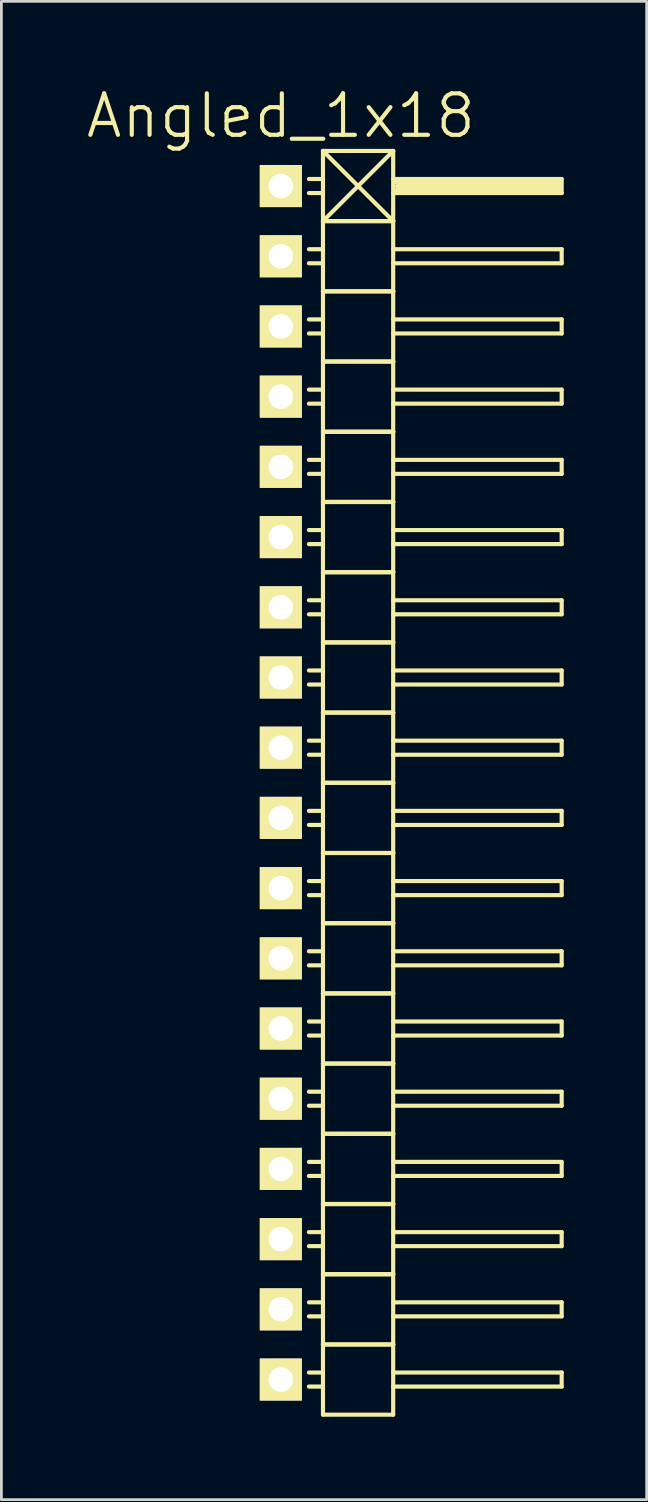
<source format=kicad_pcb>
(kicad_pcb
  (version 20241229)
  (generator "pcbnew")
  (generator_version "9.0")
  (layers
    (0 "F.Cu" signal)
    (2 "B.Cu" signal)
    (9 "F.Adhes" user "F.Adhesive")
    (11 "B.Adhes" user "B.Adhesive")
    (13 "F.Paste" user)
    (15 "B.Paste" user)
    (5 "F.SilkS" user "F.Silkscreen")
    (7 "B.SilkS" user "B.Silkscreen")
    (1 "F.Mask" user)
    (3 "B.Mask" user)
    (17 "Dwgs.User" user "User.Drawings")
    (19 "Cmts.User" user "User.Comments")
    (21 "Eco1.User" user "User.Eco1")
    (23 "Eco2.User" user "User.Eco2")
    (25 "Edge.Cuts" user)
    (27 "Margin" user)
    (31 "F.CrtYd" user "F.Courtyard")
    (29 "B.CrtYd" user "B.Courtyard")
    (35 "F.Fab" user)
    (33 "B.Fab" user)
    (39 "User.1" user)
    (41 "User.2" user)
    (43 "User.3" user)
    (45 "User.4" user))
  (footprint "Angled_1x18"
    (layer "F.Cu")
    (at 7.111 25.271)
    (property "Reference" "Angled_1x18" (at 0 -24.13 0) (layer "F.SilkS") (effects (font (size 1.5 1.5) (thickness 0.15))))
    (attr through_hole)
    (fp_line (start 1.524 -22.86) (end 1.524 -20.32) (stroke (width 0.15) (type solid)) (layer "F.SilkS"))
    (fp_line (start 1.524 -22.86) (end 4.064 -22.86) (stroke (width 0.15) (type solid)) (layer "F.SilkS"))
    (fp_line (start 1.524 -21.844) (end 1.016 -21.844) (stroke (width 0.15) (type solid)) (layer "F.SilkS"))
    (fp_line (start 1.524 -21.336) (end 1.016 -21.336) (stroke (width 0.15) (type solid)) (layer "F.SilkS"))
    (fp_line (start 1.524 -20.32) (end 1.524 -17.78) (stroke (width 0.15) (type solid)) (layer "F.SilkS"))
    (fp_line (start 1.524 -20.32) (end 4.064 -20.32) (stroke (width 0.15) (type solid)) (layer "F.SilkS"))
    (fp_line (start 1.524 -20.32) (end 4.064 -20.32) (stroke (width 0.15) (type solid)) (layer "F.SilkS"))
    (fp_line (start 1.524 -19.304) (end 1.016 -19.304) (stroke (width 0.15) (type solid)) (layer "F.SilkS"))
    (fp_line (start 1.524 -18.796) (end 1.016 -18.796) (stroke (width 0.15) (type solid)) (layer "F.SilkS"))
    (fp_line (start 1.524 -17.78) (end 1.524 -15.24) (stroke (width 0.15) (type solid)) (layer "F.SilkS"))
    (fp_line (start 1.524 -17.78) (end 4.064 -17.78) (stroke (width 0.15) (type solid)) (layer "F.SilkS"))
    (fp_line (start 1.524 -17.78) (end 4.064 -17.78) (stroke (width 0.15) (type solid)) (layer "F.SilkS"))
    (fp_line (start 1.524 -16.764) (end 1.016 -16.764) (stroke (width 0.15) (type solid)) (layer "F.SilkS"))
    (fp_line (start 1.524 -16.256) (end 1.016 -16.256) (stroke (width 0.15) (type solid)) (layer "F.SilkS"))
    (fp_line (start 1.524 -15.24) (end 1.524 -12.7) (stroke (width 0.15) (type solid)) (layer "F.SilkS"))
    (fp_line (start 1.524 -15.24) (end 4.064 -15.24) (stroke (width 0.15) (type solid)) (layer "F.SilkS"))
    (fp_line (start 1.524 -15.24) (end 4.064 -15.24) (stroke (width 0.15) (type solid)) (layer "F.SilkS"))
    (fp_line (start 1.524 -14.224) (end 1.016 -14.224) (stroke (width 0.15) (type solid)) (layer "F.SilkS"))
    (fp_line (start 1.524 -13.716) (end 1.016 -13.716) (stroke (width 0.15) (type solid)) (layer "F.SilkS"))
    (fp_line (start 1.524 -12.7) (end 1.524 -10.16) (stroke (width 0.15) (type solid)) (layer "F.SilkS"))
    (fp_line (start 1.524 -12.7) (end 4.064 -12.7) (stroke (width 0.15) (type solid)) (layer "F.SilkS"))
    (fp_line (start 1.524 -12.7) (end 4.064 -12.7) (stroke (width 0.15) (type solid)) (layer "F.SilkS"))
    (fp_line (start 1.524 -11.684) (end 1.016 -11.684) (stroke (width 0.15) (type solid)) (layer "F.SilkS"))
    (fp_line (start 1.524 -11.176) (end 1.016 -11.176) (stroke (width 0.15) (type solid)) (layer "F.SilkS"))
    (fp_line (start 1.524 -10.16) (end 1.524 -7.62) (stroke (width 0.15) (type solid)) (layer "F.SilkS"))
    (fp_line (start 1.524 -10.16) (end 4.064 -10.16) (stroke (width 0.15) (type solid)) (layer "F.SilkS"))
    (fp_line (start 1.524 -10.16) (end 4.064 -10.16) (stroke (width 0.15) (type solid)) (layer "F.SilkS"))
    (fp_line (start 1.524 -9.144) (end 1.016 -9.144) (stroke (width 0.15) (type solid)) (layer "F.SilkS"))
    (fp_line (start 1.524 -8.636) (end 1.016 -8.636) (stroke (width 0.15) (type solid)) (layer "F.SilkS"))
    (fp_line (start 1.524 -7.62) (end 1.524 -5.08) (stroke (width 0.15) (type solid)) (layer "F.SilkS"))
    (fp_line (start 1.524 -7.62) (end 4.064 -7.62) (stroke (width 0.15) (type solid)) (layer "F.SilkS"))
    (fp_line (start 1.524 -7.62) (end 4.064 -7.62) (stroke (width 0.15) (type solid)) (layer "F.SilkS"))
    (fp_line (start 1.524 -6.604) (end 1.016 -6.604) (stroke (width 0.15) (type solid)) (layer "F.SilkS"))
    (fp_line (start 1.524 -6.096) (end 1.016 -6.096) (stroke (width 0.15) (type solid)) (layer "F.SilkS"))
    (fp_line (start 1.524 -5.08) (end 1.524 -2.54) (stroke (width 0.15) (type solid)) (layer "F.SilkS"))
    (fp_line (start 1.524 -5.08) (end 4.064 -5.08) (stroke (width 0.15) (type solid)) (layer "F.SilkS"))
    (fp_line (start 1.524 -5.08) (end 4.064 -5.08) (stroke (width 0.15) (type solid)) (layer "F.SilkS"))
    (fp_line (start 1.524 -4.064) (end 1.016 -4.064) (stroke (width 0.15) (type solid)) (layer "F.SilkS"))
    (fp_line (start 1.524 -3.556) (end 1.016 -3.556) (stroke (width 0.15) (type solid)) (layer "F.SilkS"))
    (fp_line (start 1.524 -2.54) (end 1.524 0) (stroke (width 0.15) (type solid)) (layer "F.SilkS"))
    (fp_line (start 1.524 -2.54) (end 4.064 -2.54) (stroke (width 0.15) (type solid)) (layer "F.SilkS"))
    (fp_line (start 1.524 -2.54) (end 4.064 -2.54) (stroke (width 0.15) (type solid)) (layer "F.SilkS"))
    (fp_line (start 1.524 -1.524) (end 1.016 -1.524) (stroke (width 0.15) (type solid)) (layer "F.SilkS"))
    (fp_line (start 1.524 -1.016) (end 1.016 -1.016) (stroke (width 0.15) (type solid)) (layer "F.SilkS"))
    (fp_line (start 1.524 0) (end 1.524 2.54) (stroke (width 0.15) (type solid)) (layer "F.SilkS"))
    (fp_line (start 1.524 0) (end 4.064 0) (stroke (width 0.15) (type solid)) (layer "F.SilkS"))
    (fp_line (start 1.524 0) (end 4.064 0) (stroke (width 0.15) (type solid)) (layer "F.SilkS"))
    (fp_line (start 1.524 1.016) (end 1.016 1.016) (stroke (width 0.15) (type solid)) (layer "F.SilkS"))
    (fp_line (start 1.524 1.524) (end 1.016 1.524) (stroke (width 0.15) (type solid)) (layer "F.SilkS"))
    (fp_line (start 1.524 2.54) (end 1.524 5.08) (stroke (width 0.15) (type solid)) (layer "F.SilkS"))
    (fp_line (start 1.524 2.54) (end 4.064 2.54) (stroke (width 0.15) (type solid)) (layer "F.SilkS"))
    (fp_line (start 1.524 2.54) (end 4.064 2.54) (stroke (width 0.15) (type solid)) (layer "F.SilkS"))
    (fp_line (start 1.524 3.556) (end 1.016 3.556) (stroke (width 0.15) (type solid)) (layer "F.SilkS"))
    (fp_line (start 1.524 4.064) (end 1.016 4.064) (stroke (width 0.15) (type solid)) (layer "F.SilkS"))
    (fp_line (start 1.524 5.08) (end 1.524 7.62) (stroke (width 0.15) (type solid)) (layer "F.SilkS"))
    (fp_line (start 1.524 5.08) (end 4.064 5.08) (stroke (width 0.15) (type solid)) (layer "F.SilkS"))
    (fp_line (start 1.524 5.08) (end 4.064 5.08) (stroke (width 0.15) (type solid)) (layer "F.SilkS"))
    (fp_line (start 1.524 6.096) (end 1.016 6.096) (stroke (width 0.15) (type solid)) (layer "F.SilkS"))
    (fp_line (start 1.524 6.604) (end 1.016 6.604) (stroke (width 0.15) (type solid)) (layer "F.SilkS"))
    (fp_line (start 1.524 7.62) (end 1.524 10.16) (stroke (width 0.15) (type solid)) (layer "F.SilkS"))
    (fp_line (start 1.524 7.62) (end 4.064 7.62) (stroke (width 0.15) (type solid)) (layer "F.SilkS"))
    (fp_line (start 1.524 7.62) (end 4.064 7.62) (stroke (width 0.15) (type solid)) (layer "F.SilkS"))
    (fp_line (start 1.524 8.636) (end 1.016 8.636) (stroke (width 0.15) (type solid)) (layer "F.SilkS"))
    (fp_line (start 1.524 9.144) (end 1.016 9.144) (stroke (width 0.15) (type solid)) (layer "F.SilkS"))
    (fp_line (start 1.524 10.16) (end 1.524 12.7) (stroke (width 0.15) (type solid)) (layer "F.SilkS"))
    (fp_line (start 1.524 10.16) (end 4.064 10.16) (stroke (width 0.15) (type solid)) (layer "F.SilkS"))
    (fp_line (start 1.524 10.16) (end 4.064 10.16) (stroke (width 0.15) (type solid)) (layer "F.SilkS"))
    (fp_line (start 1.524 11.176) (end 1.016 11.176) (stroke (width 0.15) (type solid)) (layer "F.SilkS"))
    (fp_line (start 1.524 11.684) (end 1.016 11.684) (stroke (width 0.15) (type solid)) (layer "F.SilkS"))
    (fp_line (start 1.524 12.7) (end 1.524 15.24) (stroke (width 0.15) (type solid)) (layer "F.SilkS"))
    (fp_line (start 1.524 12.7) (end 4.064 12.7) (stroke (width 0.15) (type solid)) (layer "F.SilkS"))
    (fp_line (start 1.524 12.7) (end 4.064 12.7) (stroke (width 0.15) (type solid)) (layer "F.SilkS"))
    (fp_line (start 1.524 13.716) (end 1.016 13.716) (stroke (width 0.15) (type solid)) (layer "F.SilkS"))
    (fp_line (start 1.524 14.224) (end 1.016 14.224) (stroke (width 0.15) (type solid)) (layer "F.SilkS"))
    (fp_line (start 1.524 15.24) (end 1.524 17.78) (stroke (width 0.15) (type solid)) (layer "F.SilkS"))
    (fp_line (start 1.524 15.24) (end 4.064 15.24) (stroke (width 0.15) (type solid)) (layer "F.SilkS"))
    (fp_line (start 1.524 15.24) (end 4.064 15.24) (stroke (width 0.15) (type solid)) (layer "F.SilkS"))
    (fp_line (start 1.524 16.256) (end 1.016 16.256) (stroke (width 0.15) (type solid)) (layer "F.SilkS"))
    (fp_line (start 1.524 16.764) (end 1.016 16.764) (stroke (width 0.15) (type solid)) (layer "F.SilkS"))
    (fp_line (start 1.524 17.78) (end 1.524 20.32) (stroke (width 0.15) (type solid)) (layer "F.SilkS"))
    (fp_line (start 1.524 17.78) (end 4.064 17.78) (stroke (width 0.15) (type solid)) (layer "F.SilkS"))
    (fp_line (start 1.524 17.78) (end 4.064 17.78) (stroke (width 0.15) (type solid)) (layer "F.SilkS"))
    (fp_line (start 1.524 18.796) (end 1.016 18.796) (stroke (width 0.15) (type solid)) (layer "F.SilkS"))
    (fp_line (start 1.524 19.304) (end 1.016 19.304) (stroke (width 0.15) (type solid)) (layer "F.SilkS"))
    (fp_line (start 1.524 20.32) (end 1.524 22.86) (stroke (width 0.15) (type solid)) (layer "F.SilkS"))
    (fp_line (start 1.524 20.32) (end 4.064 20.32) (stroke (width 0.15) (type solid)) (layer "F.SilkS"))
    (fp_line (start 1.524 20.32) (end 4.064 20.32) (stroke (width 0.15) (type solid)) (layer "F.SilkS"))
    (fp_line (start 1.524 21.336) (end 1.016 21.336) (stroke (width 0.15) (type solid)) (layer "F.SilkS"))
    (fp_line (start 1.524 21.844) (end 1.016 21.844) (stroke (width 0.15) (type solid)) (layer "F.SilkS"))
    (fp_line (start 1.524 22.86) (end 4.064 22.86) (stroke (width 0.15) (type solid)) (layer "F.SilkS"))
    (fp_line (start 4.064 -22.86) (end 1.524 -20.32) (stroke (width 0.15) (type solid)) (layer "F.SilkS"))
    (fp_line (start 4.064 -21.844) (end 10.16 -21.844) (stroke (width 0.15) (type solid)) (layer "F.SilkS"))
    (fp_line (start 4.064 -20.32) (end 1.524 -22.86) (stroke (width 0.15) (type solid)) (layer "F.SilkS"))
    (fp_line (start 4.064 -20.32) (end 4.064 -22.86) (stroke (width 0.15) (type solid)) (layer "F.SilkS"))
    (fp_line (start 4.064 -19.304) (end 10.16 -19.304) (stroke (width 0.15) (type solid)) (layer "F.SilkS"))
    (fp_line (start 4.064 -17.78) (end 4.064 -20.32) (stroke (width 0.15) (type solid)) (layer "F.SilkS"))
    (fp_line (start 4.064 -16.764) (end 10.16 -16.764) (stroke (width 0.15) (type solid)) (layer "F.SilkS"))
    (fp_line (start 4.064 -15.24) (end 4.064 -17.78) (stroke (width 0.15) (type solid)) (layer "F.SilkS"))
    (fp_line (start 4.064 -14.224) (end 10.16 -14.224) (stroke (width 0.15) (type solid)) (layer "F.SilkS"))
    (fp_line (start 4.064 -12.7) (end 4.064 -15.24) (stroke (width 0.15) (type solid)) (layer "F.SilkS"))
    (fp_line (start 4.064 -11.684) (end 10.16 -11.684) (stroke (width 0.15) (type solid)) (layer "F.SilkS"))
    (fp_line (start 4.064 -10.16) (end 4.064 -12.7) (stroke (width 0.15) (type solid)) (layer "F.SilkS"))
    (fp_line (start 4.064 -9.144) (end 10.16 -9.144) (stroke (width 0.15) (type solid)) (layer "F.SilkS"))
    (fp_line (start 4.064 -7.62) (end 4.064 -10.16) (stroke (width 0.15) (type solid)) (layer "F.SilkS"))
    (fp_line (start 4.064 -6.604) (end 10.16 -6.604) (stroke (width 0.15) (type solid)) (layer "F.SilkS"))
    (fp_line (start 4.064 -5.08) (end 4.064 -7.62) (stroke (width 0.15) (type solid)) (layer "F.SilkS"))
    (fp_line (start 4.064 -4.064) (end 10.16 -4.064) (stroke (width 0.15) (type solid)) (layer "F.SilkS"))
    (fp_line (start 4.064 -2.54) (end 4.064 -5.08) (stroke (width 0.15) (type solid)) (layer "F.SilkS"))
    (fp_line (start 4.064 -1.524) (end 10.16 -1.524) (stroke (width 0.15) (type solid)) (layer "F.SilkS"))
    (fp_line (start 4.064 0) (end 4.064 -2.54) (stroke (width 0.15) (type solid)) (layer "F.SilkS"))
    (fp_line (start 4.064 1.016) (end 10.16 1.016) (stroke (width 0.15) (type solid)) (layer "F.SilkS"))
    (fp_line (start 4.064 2.54) (end 4.064 0) (stroke (width 0.15) (type solid)) (layer "F.SilkS"))
    (fp_line (start 4.064 3.556) (end 10.16 3.556) (stroke (width 0.15) (type solid)) (layer "F.SilkS"))
    (fp_line (start 4.064 5.08) (end 4.064 2.54) (stroke (width 0.15) (type solid)) (layer "F.SilkS"))
    (fp_line (start 4.064 6.096) (end 10.16 6.096) (stroke (width 0.15) (type solid)) (layer "F.SilkS"))
    (fp_line (start 4.064 7.62) (end 4.064 5.08) (stroke (width 0.15) (type solid)) (layer "F.SilkS"))
    (fp_line (start 4.064 8.636) (end 10.16 8.636) (stroke (width 0.15) (type solid)) (layer "F.SilkS"))
    (fp_line (start 4.064 10.16) (end 4.064 7.62) (stroke (width 0.15) (type solid)) (layer "F.SilkS"))
    (fp_line (start 4.064 11.176) (end 10.16 11.176) (stroke (width 0.15) (type solid)) (layer "F.SilkS"))
    (fp_line (start 4.064 12.7) (end 4.064 10.16) (stroke (width 0.15) (type solid)) (layer "F.SilkS"))
    (fp_line (start 4.064 13.716) (end 10.16 13.716) (stroke (width 0.15) (type solid)) (layer "F.SilkS"))
    (fp_line (start 4.064 15.24) (end 4.064 12.7) (stroke (width 0.15) (type solid)) (layer "F.SilkS"))
    (fp_line (start 4.064 16.256) (end 10.16 16.256) (stroke (width 0.15) (type solid)) (layer "F.SilkS"))
    (fp_line (start 4.064 17.78) (end 4.064 15.24) (stroke (width 0.15) (type solid)) (layer "F.SilkS"))
    (fp_line (start 4.064 18.796) (end 10.16 18.796) (stroke (width 0.15) (type solid)) (layer "F.SilkS"))
    (fp_line (start 4.064 20.32) (end 4.064 17.78) (stroke (width 0.15) (type solid)) (layer "F.SilkS"))
    (fp_line (start 4.064 21.336) (end 10.16 21.336) (stroke (width 0.15) (type solid)) (layer "F.SilkS"))
    (fp_line (start 4.064 22.86) (end 4.064 20.32) (stroke (width 0.15) (type solid)) (layer "F.SilkS"))
    (fp_line (start 4.191 -21.717) (end 10.033 -21.717) (stroke (width 0.15) (type solid)) (layer "F.SilkS"))
    (fp_line (start 4.191 -21.59) (end 10.033 -21.59) (stroke (width 0.15) (type solid)) (layer "F.SilkS"))
    (fp_line (start 10.033 -21.717) (end 10.033 -21.463) (stroke (width 0.15) (type solid)) (layer "F.SilkS"))
    (fp_line (start 10.033 -21.463) (end 4.191 -21.463) (stroke (width 0.15) (type solid)) (layer "F.SilkS"))
    (fp_line (start 10.16 -21.844) (end 10.16 -21.336) (stroke (width 0.15) (type solid)) (layer "F.SilkS"))
    (fp_line (start 10.16 -21.336) (end 4.064 -21.336) (stroke (width 0.15) (type solid)) (layer "F.SilkS"))
    (fp_line (start 10.16 -19.304) (end 10.16 -18.796) (stroke (width 0.15) (type solid)) (layer "F.SilkS"))
    (fp_line (start 10.16 -18.796) (end 4.064 -18.796) (stroke (width 0.15) (type solid)) (layer "F.SilkS"))
    (fp_line (start 10.16 -16.764) (end 10.16 -16.256) (stroke (width 0.15) (type solid)) (layer "F.SilkS"))
    (fp_line (start 10.16 -16.256) (end 4.064 -16.256) (stroke (width 0.15) (type solid)) (layer "F.SilkS"))
    (fp_line (start 10.16 -14.224) (end 10.16 -13.716) (stroke (width 0.15) (type solid)) (layer "F.SilkS"))
    (fp_line (start 10.16 -13.716) (end 4.064 -13.716) (stroke (width 0.15) (type solid)) (layer "F.SilkS"))
    (fp_line (start 10.16 -11.684) (end 10.16 -11.176) (stroke (width 0.15) (type solid)) (layer "F.SilkS"))
    (fp_line (start 10.16 -11.176) (end 4.064 -11.176) (stroke (width 0.15) (type solid)) (layer "F.SilkS"))
    (fp_line (start 10.16 -9.144) (end 10.16 -8.636) (stroke (width 0.15) (type solid)) (layer "F.SilkS"))
    (fp_line (start 10.16 -8.636) (end 4.064 -8.636) (stroke (width 0.15) (type solid)) (layer "F.SilkS"))
    (fp_line (start 10.16 -6.604) (end 10.16 -6.096) (stroke (width 0.15) (type solid)) (layer "F.SilkS"))
    (fp_line (start 10.16 -6.096) (end 4.064 -6.096) (stroke (width 0.15) (type solid)) (layer "F.SilkS"))
    (fp_line (start 10.16 -4.064) (end 10.16 -3.556) (stroke (width 0.15) (type solid)) (layer "F.SilkS"))
    (fp_line (start 10.16 -3.556) (end 4.064 -3.556) (stroke (width 0.15) (type solid)) (layer "F.SilkS"))
    (fp_line (start 10.16 -1.524) (end 10.16 -1.016) (stroke (width 0.15) (type solid)) (layer "F.SilkS"))
    (fp_line (start 10.16 -1.016) (end 4.064 -1.016) (stroke (width 0.15) (type solid)) (layer "F.SilkS"))
    (fp_line (start 10.16 1.016) (end 10.16 1.524) (stroke (width 0.15) (type solid)) (layer "F.SilkS"))
    (fp_line (start 10.16 1.524) (end 4.064 1.524) (stroke (width 0.15) (type solid)) (layer "F.SilkS"))
    (fp_line (start 10.16 3.556) (end 10.16 4.064) (stroke (width 0.15) (type solid)) (layer "F.SilkS"))
    (fp_line (start 10.16 4.064) (end 4.064 4.064) (stroke (width 0.15) (type solid)) (layer "F.SilkS"))
    (fp_line (start 10.16 6.096) (end 10.16 6.604) (stroke (width 0.15) (type solid)) (layer "F.SilkS"))
    (fp_line (start 10.16 6.604) (end 4.064 6.604) (stroke (width 0.15) (type solid)) (layer "F.SilkS"))
    (fp_line (start 10.16 8.636) (end 10.16 9.144) (stroke (width 0.15) (type solid)) (layer "F.SilkS"))
    (fp_line (start 10.16 9.144) (end 4.064 9.144) (stroke (width 0.15) (type solid)) (layer "F.SilkS"))
    (fp_line (start 10.16 11.176) (end 10.16 11.684) (stroke (width 0.15) (type solid)) (layer "F.SilkS"))
    (fp_line (start 10.16 11.684) (end 4.064 11.684) (stroke (width 0.15) (type solid)) (layer "F.SilkS"))
    (fp_line (start 10.16 13.716) (end 10.16 14.224) (stroke (width 0.15) (type solid)) (layer "F.SilkS"))
    (fp_line (start 10.16 14.224) (end 4.064 14.224) (stroke (width 0.15) (type solid)) (layer "F.SilkS"))
    (fp_line (start 10.16 16.256) (end 10.16 16.764) (stroke (width 0.15) (type solid)) (layer "F.SilkS"))
    (fp_line (start 10.16 16.764) (end 4.064 16.764) (stroke (width 0.15) (type solid)) (layer "F.SilkS"))
    (fp_line (start 10.16 18.796) (end 10.16 19.304) (stroke (width 0.15) (type solid)) (layer "F.SilkS"))
    (fp_line (start 10.16 19.304) (end 4.064 19.304) (stroke (width 0.15) (type solid)) (layer "F.SilkS"))
    (fp_line (start 10.16 21.336) (end 10.16 21.844) (stroke (width 0.15) (type solid)) (layer "F.SilkS"))
    (fp_line (start 10.16 21.844) (end 4.064 21.844) (stroke (width 0.15) (type solid)) (layer "F.SilkS"))
    (pad "1" thru_hole rect (at 0 -21.59) (size 1.524 1.524) (drill 0.889) (layers "*.Cu" "*.Mask" "F.SilkS"))
    (pad "2" thru_hole rect (at 0 -19.05) (size 1.524 1.524) (drill 0.889) (layers "*.Cu" "*.Mask" "F.SilkS"))
    (pad "3" thru_hole rect (at 0 -16.51) (size 1.524 1.524) (drill 0.889) (layers "*.Cu" "*.Mask" "F.SilkS"))
    (pad "4" thru_hole rect (at 0 -13.97) (size 1.524 1.524) (drill 0.889) (layers "*.Cu" "*.Mask" "F.SilkS"))
    (pad "5" thru_hole rect (at 0 -11.43) (size 1.524 1.524) (drill 0.889) (layers "*.Cu" "*.Mask" "F.SilkS"))
    (pad "6" thru_hole rect (at 0 -8.89) (size 1.524 1.524) (drill 0.889) (layers "*.Cu" "*.Mask" "F.SilkS"))
    (pad "7" thru_hole rect (at 0 -6.35) (size 1.524 1.524) (drill 0.889) (layers "*.Cu" "*.Mask" "F.SilkS"))
    (pad "8" thru_hole rect (at 0 -3.81) (size 1.524 1.524) (drill 0.889) (layers "*.Cu" "*.Mask" "F.SilkS"))
    (pad "9" thru_hole rect (at 0 -1.27) (size 1.524 1.524) (drill 0.889) (layers "*.Cu" "*.Mask" "F.SilkS"))
    (pad "10" thru_hole rect (at 0 1.27) (size 1.524 1.524) (drill 0.889) (layers "*.Cu" "*.Mask" "F.SilkS"))
    (pad "11" thru_hole rect (at 0 3.81) (size 1.524 1.524) (drill 0.889) (layers "*.Cu" "*.Mask" "F.SilkS"))
    (pad "12" thru_hole rect (at 0 6.35) (size 1.524 1.524) (drill 0.889) (layers "*.Cu" "*.Mask" "F.SilkS"))
    (pad "13" thru_hole rect (at 0 8.89) (size 1.524 1.524) (drill 0.889) (layers "*.Cu" "*.Mask" "F.SilkS"))
    (pad "14" thru_hole rect (at 0 11.43) (size 1.524 1.524) (drill 0.889) (layers "*.Cu" "*.Mask" "F.SilkS"))
    (pad "15" thru_hole rect (at 0 13.97) (size 1.524 1.524) (drill 0.889) (layers "*.Cu" "*.Mask" "F.SilkS"))
    (pad "16" thru_hole rect (at 0 16.51) (size 1.524 1.524) (drill 0.889) (layers "*.Cu" "*.Mask" "F.SilkS"))
    (pad "17" thru_hole rect (at 0 19.05) (size 1.524 1.524) (drill 0.889) (layers "*.Cu" "*.Mask" "F.SilkS"))
    (pad "18" thru_hole rect (at 0 21.59) (size 1.524 1.524) (drill 0.889) (layers "*.Cu" "*.Mask" "F.SilkS")))
  (gr_rect
    (start -3 -3)
    (end 20.346 51.206)
    (stroke (width 0.1) (type default))
    (fill no)
    (layer "Edge.Cuts")))
</source>
